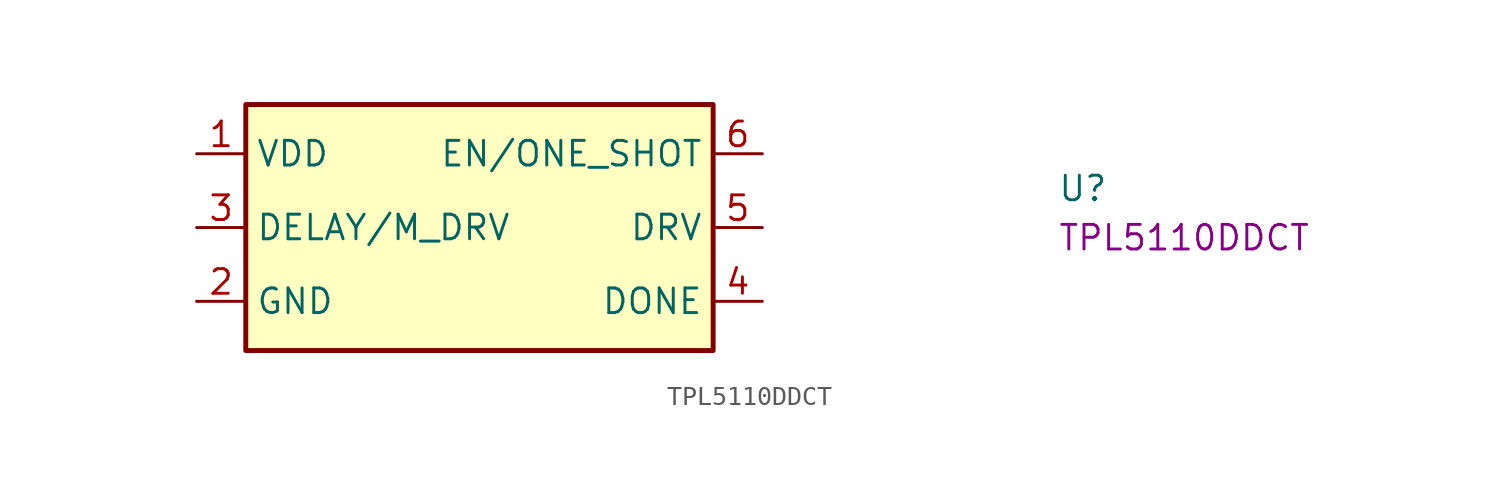
<source format=kicad_sym>
(kicad_symbol_lib
  (version 20220914)
  (generator kicad_symbol_editor)
  (symbol "TPL5110DDCT"
    (property "Reference" "U"
      (at 44.45 -2.54 0)
      (effects (font (size 1.27 1.27) (thickness 0.15)) (justify left bottom)))
    (property "MPN" "TPL5110DDCT"
      (at 44.45 -5.08 0)
      (effects (font (size 1.27 1.27) (thickness 0.15)) (justify left bottom)))
    (symbol "TPL5110DDCT_1_1"
      (rectangle (start 2.54 2.54) (end 26.67 -10.16) (stroke (width 0.254) (type default)) (fill (type background)))
      (pin power_in line (at 0 0 0) (length 2.54) (name "VDD" (effects (font (size 1.27 1.27)))) (number "1" (effects (font (size 1.27 1.27)))))
      (pin power_in line (at 0 -7.62 0) (length 2.54) (name "GND" (effects (font (size 1.27 1.27)))) (number "2" (effects (font (size 1.27 1.27)))))
      (pin input line (at 0 -3.81 0) (length 2.54) (name "DELAY/M_DRV" (effects (font (size 1.27 1.27)))) (number "3" (effects (font (size 1.27 1.27)))))
      (pin input line (at 29.21 -7.62 180) (length 2.54) (name "DONE" (effects (font (size 1.27 1.27)))) (number "4" (effects (font (size 1.27 1.27)))))
      (pin output line (at 29.21 -3.81 180) (length 2.54) (name "DRV" (effects (font (size 1.27 1.27)))) (number "5" (effects (font (size 1.27 1.27)))))
      (pin input line (at 29.21 0 180) (length 2.54) (name "EN/ONE_SHOT" (effects (font (size 1.27 1.27)))) (number "6" (effects (font (size 1.27 1.27))))))))
</source>
